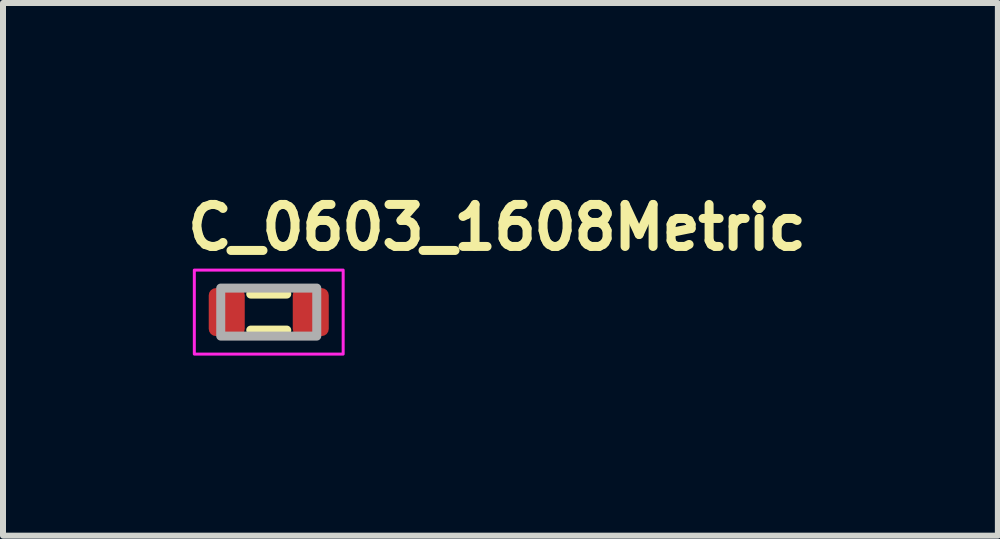
<source format=kicad_pcb>
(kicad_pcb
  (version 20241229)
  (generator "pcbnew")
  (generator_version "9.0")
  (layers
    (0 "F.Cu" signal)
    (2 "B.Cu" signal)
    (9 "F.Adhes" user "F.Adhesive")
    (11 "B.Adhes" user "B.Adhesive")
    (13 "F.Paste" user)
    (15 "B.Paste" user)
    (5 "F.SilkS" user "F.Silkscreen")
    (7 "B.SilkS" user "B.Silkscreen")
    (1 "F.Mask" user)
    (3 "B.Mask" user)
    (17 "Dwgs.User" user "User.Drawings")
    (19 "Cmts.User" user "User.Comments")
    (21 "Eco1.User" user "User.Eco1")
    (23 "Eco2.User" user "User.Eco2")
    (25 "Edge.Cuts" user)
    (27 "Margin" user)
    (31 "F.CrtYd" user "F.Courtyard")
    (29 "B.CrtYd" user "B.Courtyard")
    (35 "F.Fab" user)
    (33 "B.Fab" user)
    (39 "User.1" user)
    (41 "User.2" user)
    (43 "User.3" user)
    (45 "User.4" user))
  (footprint "C_0603_1608Metric"
    (layer "F.Cu")
    (at 1.428 2.15)
    (property "Reference" "C_0603_1608Metric" (at -1.428 -1 0) (layer "F.SilkS") (effects (font (size 0.7 0.7) (thickness 0.15)) (justify left bottom)))
    (attr smd)
    (fp_line (start -0.3 -0.3) (end 0.3 -0.3) (stroke (width 0.15) (type solid)) (layer "F.SilkS"))
    (fp_line (start -0.3 0.3) (end 0.3 0.3) (stroke (width 0.15) (type solid)) (layer "F.SilkS"))
    (fp_rect (start -1.24 -0.7) (end 1.24 0.7) (stroke (width 0.05) (type solid)) (fill no) (layer "F.CrtYd"))
    (fp_rect (start -0.8 -0.4) (end 0.8 0.4) (stroke (width 0.15) (type solid)) (fill no) (layer "F.Fab"))
    (fp_rect (start -0.8 -0.45) (end 0.8 0.45) (stroke (width 0.1) (type solid)) (fill no) (layer "User.5"))
    (fp_line (start -0.801 -0.434) (end -0.801 -0.434) (stroke (width 0.02) (type solid)) (layer "User.9"))
    (fp_line (start -0.801 -0.434) (end -0.801 0.432) (stroke (width 0.02) (type solid)) (layer "User.9"))
    (fp_line (start -0.801 -0.434) (end -0.8 -0.434) (stroke (width 0.02) (type solid)) (layer "User.9"))
    (fp_line (start -0.801 0.432) (end -0.801 0.432) (stroke (width 0.02) (type solid)) (layer "User.9"))
    (fp_line (start -0.801 0.432) (end -0.8 0.433) (stroke (width 0.02) (type solid)) (layer "User.9"))
    (fp_line (start -0.8 -0.44) (end -0.8 -0.439) (stroke (width 0.02) (type solid)) (layer "User.9"))
    (fp_line (start -0.8 -0.439) (end -0.8 -0.438) (stroke (width 0.02) (type solid)) (layer "User.9"))
    (fp_line (start -0.8 -0.438) (end -0.8 -0.438) (stroke (width 0.02) (type solid)) (layer "User.9"))
    (fp_line (start -0.8 -0.438) (end -0.8 -0.437) (stroke (width 0.02) (type solid)) (layer "User.9"))
    (fp_line (start -0.8 -0.437) (end -0.8 -0.436) (stroke (width 0.02) (type solid)) (layer "User.9"))
    (fp_line (start -0.8 -0.436) (end -0.8 -0.435) (stroke (width 0.02) (type solid)) (layer "User.9"))
    (fp_line (start -0.8 -0.435) (end -0.801 -0.434) (stroke (width 0.02) (type solid)) (layer "User.9"))
    (fp_line (start -0.8 -0.434) (end -0.8 -0.433) (stroke (width 0.02) (type solid)) (layer "User.9"))
    (fp_line (start -0.8 -0.433) (end -0.8 -0.432) (stroke (width 0.02) (type solid)) (layer "User.9"))
    (fp_line (start -0.8 -0.432) (end -0.8 -0.431) (stroke (width 0.02) (type solid)) (layer "User.9"))
    (fp_line (start -0.8 -0.431) (end -0.8 -0.431) (stroke (width 0.02) (type solid)) (layer "User.9"))
    (fp_line (start -0.8 -0.431) (end -0.8 -0.43) (stroke (width 0.02) (type solid)) (layer "User.9"))
    (fp_line (start -0.8 -0.43) (end -0.8 -0.429) (stroke (width 0.02) (type solid)) (layer "User.9"))
    (fp_line (start -0.8 -0.429) (end -0.799 -0.428) (stroke (width 0.02) (type solid)) (layer "User.9"))
    (fp_line (start -0.8 0.427) (end -0.8 0.428) (stroke (width 0.02) (type solid)) (layer "User.9"))
    (fp_line (start -0.8 0.428) (end -0.8 0.429) (stroke (width 0.02) (type solid)) (layer "User.9"))
    (fp_line (start -0.8 0.429) (end -0.8 0.429) (stroke (width 0.02) (type solid)) (layer "User.9"))
    (fp_line (start -0.8 0.429) (end -0.8 0.43) (stroke (width 0.02) (type solid)) (layer "User.9"))
    (fp_line (start -0.8 0.43) (end -0.8 0.431) (stroke (width 0.02) (type solid)) (layer "User.9"))
    (fp_line (start -0.8 0.431) (end -0.8 0.432) (stroke (width 0.02) (type solid)) (layer "User.9"))
    (fp_line (start -0.8 0.432) (end -0.801 0.432) (stroke (width 0.02) (type solid)) (layer "User.9"))
    (fp_line (start -0.8 0.433) (end -0.8 0.434) (stroke (width 0.02) (type solid)) (layer "User.9"))
    (fp_line (start -0.8 0.434) (end -0.8 0.435) (stroke (width 0.02) (type solid)) (layer "User.9"))
    (fp_line (start -0.8 0.435) (end -0.8 0.436) (stroke (width 0.02) (type solid)) (layer "User.9"))
    (fp_line (start -0.8 0.436) (end -0.8 0.436) (stroke (width 0.02) (type solid)) (layer "User.9"))
    (fp_line (start -0.8 0.436) (end -0.8 0.437) (stroke (width 0.02) (type solid)) (layer "User.9"))
    (fp_line (start -0.8 0.437) (end -0.8 0.438) (stroke (width 0.02) (type solid)) (layer "User.9"))
    (fp_line (start -0.8 0.438) (end -0.799 0.439) (stroke (width 0.02) (type solid)) (layer "User.9"))
    (fp_line (start -0.799 -0.442) (end -0.799 -0.441) (stroke (width 0.02) (type solid)) (layer "User.9"))
    (fp_line (start -0.799 -0.441) (end -0.8 -0.44) (stroke (width 0.02) (type solid)) (layer "User.9"))
    (fp_line (start -0.799 -0.441) (end -0.799 -0.441) (stroke (width 0.02) (type solid)) (layer "User.9"))
    (fp_line (start -0.799 -0.428) (end -0.799 -0.428) (stroke (width 0.02) (type solid)) (layer "User.9"))
    (fp_line (start -0.799 -0.428) (end -0.799 -0.427) (stroke (width 0.02) (type solid)) (layer "User.9"))
    (fp_line (start -0.799 -0.427) (end -0.798 -0.426) (stroke (width 0.02) (type solid)) (layer "User.9"))
    (fp_line (start -0.799 0.425) (end -0.799 0.426) (stroke (width 0.02) (type solid)) (layer "User.9"))
    (fp_line (start -0.799 0.426) (end -0.8 0.427) (stroke (width 0.02) (type solid)) (layer "User.9"))
    (fp_line (start -0.799 0.426) (end -0.799 0.426) (stroke (width 0.02) (type solid)) (layer "User.9"))
    (fp_line (start -0.799 0.439) (end -0.799 0.439) (stroke (width 0.02) (type solid)) (layer "User.9"))
    (fp_line (start -0.799 0.439) (end -0.799 0.44) (stroke (width 0.02) (type solid)) (layer "User.9"))
    (fp_line (start -0.799 0.44) (end -0.798 0.441) (stroke (width 0.02) (type solid)) (layer "User.9"))
    (fp_line (start -0.798 -0.443) (end -0.799 -0.442) (stroke (width 0.02) (type solid)) (layer "User.9"))
    (fp_line (start -0.798 -0.443) (end -0.798 -0.443) (stroke (width 0.02) (type solid)) (layer "User.9"))
    (fp_line (start -0.798 -0.426) (end -0.798 -0.426) (stroke (width 0.02) (type solid)) (layer "User.9"))
    (fp_line (start -0.798 -0.426) (end -0.797 -0.425) (stroke (width 0.02) (type solid)) (layer "User.9"))
    (fp_line (start -0.798 0.424) (end -0.799 0.425) (stroke (width 0.02) (type solid)) (layer "User.9"))
    (fp_line (start -0.798 0.424) (end -0.798 0.424) (stroke (width 0.02) (type solid)) (layer "User.9"))
    (fp_line (start -0.798 0.441) (end -0.798 0.441) (stroke (width 0.02) (type solid)) (layer "User.9"))
    (fp_line (start -0.798 0.441) (end -0.797 0.442) (stroke (width 0.02) (type solid)) (layer "User.9"))
    (fp_line (start -0.797 -0.445) (end -0.797 -0.444) (stroke (width 0.02) (type solid)) (layer "User.9"))
    (fp_line (start -0.797 -0.444) (end -0.798 -0.443) (stroke (width 0.02) (type solid)) (layer "User.9"))
    (fp_line (start -0.797 -0.425) (end -0.797 -0.424) (stroke (width 0.02) (type solid)) (layer "User.9"))
    (fp_line (start -0.797 -0.424) (end -0.796 -0.424) (stroke (width 0.02) (type solid)) (layer "User.9"))
    (fp_line (start -0.797 0.422) (end -0.797 0.423) (stroke (width 0.02) (type solid)) (layer "User.9"))
    (fp_line (start -0.797 0.423) (end -0.798 0.424) (stroke (width 0.02) (type solid)) (layer "User.9"))
    (fp_line (start -0.797 0.442) (end -0.797 0.443) (stroke (width 0.02) (type solid)) (layer "User.9"))
    (fp_line (start -0.797 0.443) (end -0.796 0.443) (stroke (width 0.02) (type solid)) (layer "User.9"))
    (fp_line (start -0.796 -0.446) (end -0.796 -0.445) (stroke (width 0.02) (type solid)) (layer "User.9"))
    (fp_line (start -0.796 -0.445) (end -0.797 -0.445) (stroke (width 0.02) (type solid)) (layer "User.9"))
    (fp_line (start -0.796 -0.424) (end -0.796 -0.423) (stroke (width 0.02) (type solid)) (layer "User.9"))
    (fp_line (start -0.796 -0.423) (end -0.795 -0.423) (stroke (width 0.02) (type solid)) (layer "User.9"))
    (fp_line (start -0.796 0.421) (end -0.796 0.422) (stroke (width 0.02) (type solid)) (layer "User.9"))
    (fp_line (start -0.796 0.422) (end -0.797 0.422) (stroke (width 0.02) (type solid)) (layer "User.9"))
    (fp_line (start -0.796 0.443) (end -0.796 0.444) (stroke (width 0.02) (type solid)) (layer "User.9"))
    (fp_line (start -0.796 0.444) (end -0.795 0.444) (stroke (width 0.02) (type solid)) (layer "User.9"))
    (fp_line (start -0.795 -0.447) (end -0.795 -0.446) (stroke (width 0.02) (type solid)) (layer "User.9"))
    (fp_line (start -0.795 -0.446) (end -0.796 -0.446) (stroke (width 0.02) (type solid)) (layer "User.9"))
    (fp_line (start -0.795 -0.423) (end -0.795 -0.422) (stroke (width 0.02) (type solid)) (layer "User.9"))
    (fp_line (start -0.795 -0.422) (end -0.794 -0.422) (stroke (width 0.02) (type solid)) (layer "User.9"))
    (fp_line (start -0.795 0.42) (end -0.795 0.421) (stroke (width 0.02) (type solid)) (layer "User.9"))
    (fp_line (start -0.795 0.421) (end -0.796 0.421) (stroke (width 0.02) (type solid)) (layer "User.9"))
    (fp_line (start -0.795 0.444) (end -0.795 0.445) (stroke (width 0.02) (type solid)) (layer "User.9"))
    (fp_line (start -0.795 0.445) (end -0.794 0.445) (stroke (width 0.02) (type solid)) (layer "User.9"))
    (fp_line (start -0.794 -0.447) (end -0.795 -0.447) (stroke (width 0.02) (type solid)) (layer "User.9"))
    (fp_line (start -0.794 -0.422) (end -0.793 -0.421) (stroke (width 0.02) (type solid)) (layer "User.9"))
    (fp_line (start -0.794 0.42) (end -0.795 0.42) (stroke (width 0.02) (type solid)) (layer "User.9"))
    (fp_line (start -0.794 0.445) (end -0.793 0.446) (stroke (width 0.02) (type solid)) (layer "User.9"))
    (fp_line (start -0.793 -0.448) (end -0.794 -0.447) (stroke (width 0.02) (type solid)) (layer "User.9"))
    (fp_line (start -0.793 -0.448) (end -0.793 -0.448) (stroke (width 0.02) (type solid)) (layer "User.9"))
    (fp_line (start -0.793 -0.421) (end -0.793 -0.421) (stroke (width 0.02) (type solid)) (layer "User.9"))
    (fp_line (start -0.793 -0.421) (end -0.792 -0.42) (stroke (width 0.02) (type solid)) (layer "User.9"))
    (fp_line (start -0.793 0.419) (end -0.794 0.42) (stroke (width 0.02) (type solid)) (layer "User.9"))
    (fp_line (start -0.793 0.419) (end -0.793 0.419) (stroke (width 0.02) (type solid)) (layer "User.9"))
    (fp_line (start -0.793 0.446) (end -0.793 0.446) (stroke (width 0.02) (type solid)) (layer "User.9"))
    (fp_line (start -0.793 0.446) (end -0.792 0.448) (stroke (width 0.02) (type solid)) (layer "User.9"))
    (fp_line (start -0.792 -0.45) (end -0.793 -0.448) (stroke (width 0.02) (type solid)) (layer "User.9"))
    (fp_line (start -0.792 -0.42) (end -0.791 -0.42) (stroke (width 0.02) (type solid)) (layer "User.9"))
    (fp_line (start -0.792 0.418) (end -0.793 0.419) (stroke (width 0.02) (type solid)) (layer "User.9"))
    (fp_line (start -0.792 0.448) (end -0.791 0.448) (stroke (width 0.02) (type solid)) (layer "User.9"))
    (fp_line (start -0.791 -0.45) (end -0.792 -0.45) (stroke (width 0.02) (type solid)) (layer "User.9"))
    (fp_line (start -0.791 -0.45) (end -0.791 -0.45) (stroke (width 0.02) (type solid)) (layer "User.9"))
    (fp_line (start -0.791 -0.42) (end -0.791 -0.42) (stroke (width 0.02) (type solid)) (layer "User.9"))
    (fp_line (start -0.791 -0.42) (end -0.79 -0.419) (stroke (width 0.02) (type solid)) (layer "User.9"))
    (fp_line (start -0.791 0.418) (end -0.792 0.418) (stroke (width 0.02) (type solid)) (layer "User.9"))
    (fp_line (start -0.791 0.418) (end -0.791 0.418) (stroke (width 0.02) (type solid)) (layer "User.9"))
    (fp_line (start -0.791 0.448) (end -0.791 0.448) (stroke (width 0.02) (type solid)) (layer "User.9"))
    (fp_line (start -0.791 0.448) (end -0.79 0.449) (stroke (width 0.02) (type solid)) (layer "User.9"))
    (fp_line (start -0.79 -0.451) (end -0.791 -0.45) (stroke (width 0.02) (type solid)) (layer "User.9"))
    (fp_line (start -0.79 -0.419) (end -0.789 -0.419) (stroke (width 0.02) (type solid)) (layer "User.9"))
    (fp_line (start -0.79 0.417) (end -0.791 0.418) (stroke (width 0.02) (type solid)) (layer "User.9"))
    (fp_line (start -0.79 0.449) (end -0.789 0.449) (stroke (width 0.02) (type solid)) (layer "User.9"))
    (fp_line (start -0.789 -0.451) (end -0.79 -0.451) (stroke (width 0.02) (type solid)) (layer "User.9"))
    (fp_line (start -0.789 -0.419) (end -0.788 -0.419) (stroke (width 0.02) (type solid)) (layer "User.9"))
    (fp_line (start -0.789 0.417) (end -0.79 0.417) (stroke (width 0.02) (type solid)) (layer "User.9"))
    (fp_line (start -0.789 0.449) (end -0.788 0.449) (stroke (width 0.02) (type solid)) (layer "User.9"))
    (fp_line (start -0.788 -0.451) (end -0.789 -0.451) (stroke (width 0.02) (type solid)) (layer "User.9"))
    (fp_line (start -0.788 -0.451) (end -0.788 -0.451) (stroke (width 0.02) (type solid)) (layer "User.9"))
    (fp_line (start -0.788 -0.419) (end -0.788 -0.419) (stroke (width 0.02) (type solid)) (layer "User.9"))
    (fp_line (start -0.788 -0.419) (end -0.787 -0.419) (stroke (width 0.02) (type solid)) (layer "User.9"))
    (fp_line (start -0.788 0.417) (end -0.789 0.417) (stroke (width 0.02) (type solid)) (layer "User.9"))
    (fp_line (start -0.788 0.417) (end -0.788 0.417) (stroke (width 0.02) (type solid)) (layer "User.9"))
    (fp_line (start -0.788 0.449) (end -0.788 0.449) (stroke (width 0.02) (type solid)) (layer "User.9"))
    (fp_line (start -0.788 0.449) (end -0.787 0.449) (stroke (width 0.02) (type solid)) (layer "User.9"))
    (fp_line (start -0.787 -0.451) (end -0.788 -0.451) (stroke (width 0.02) (type solid)) (layer "User.9"))
    (fp_line (start -0.787 -0.419) (end -0.786 -0.419) (stroke (width 0.02) (type solid)) (layer "User.9"))
    (fp_line (start -0.787 0.417) (end -0.788 0.417) (stroke (width 0.02) (type solid)) (layer "User.9"))
    (fp_line (start -0.787 0.449) (end -0.786 0.449) (stroke (width 0.02) (type solid)) (layer "User.9"))
    (fp_line (start -0.786 -0.451) (end -0.787 -0.451) (stroke (width 0.02) (type solid)) (layer "User.9"))
    (fp_line (start -0.786 -0.419) (end -0.785 -0.419) (stroke (width 0.02) (type solid)) (layer "User.9"))
    (fp_line (start -0.786 0.417) (end -0.787 0.417) (stroke (width 0.02) (type solid)) (layer "User.9"))
    (fp_line (start -0.786 0.449) (end -0.785 0.449) (stroke (width 0.02) (type solid)) (layer "User.9"))
    (fp_line (start -0.785 -0.452) (end -0.785 -0.452) (stroke (width 0.02) (type solid)) (layer "User.9"))
    (fp_line (start -0.785 -0.452) (end -0.785 -0.451) (stroke (width 0.02) (type solid)) (layer "User.9"))
    (fp_line (start -0.785 -0.451) (end -0.786 -0.451) (stroke (width 0.02) (type solid)) (layer "User.9"))
    (fp_line (start -0.785 -0.419) (end -0.785 -0.418) (stroke (width 0.02) (type solid)) (layer "User.9"))
    (fp_line (start -0.785 -0.418) (end -0.785 -0.418) (stroke (width 0.02) (type solid)) (layer "User.9"))
    (fp_line (start -0.785 -0.418) (end -0.784 -0.419) (stroke (width 0.02) (type solid)) (layer "User.9"))
    (fp_line (start -0.785 0.416) (end -0.785 0.416) (stroke (width 0.02) (type solid)) (layer "User.9"))
    (fp_line (start -0.785 0.416) (end -0.785 0.417) (stroke (width 0.02) (type solid)) (layer "User.9"))
    (fp_line (start -0.785 0.417) (end -0.786 0.417) (stroke (width 0.02) (type solid)) (layer "User.9"))
    (fp_line (start -0.785 0.449) (end -0.785 0.45) (stroke (width 0.02) (type solid)) (layer "User.9"))
    (fp_line (start -0.785 0.45) (end -0.785 0.45) (stroke (width 0.02) (type solid)) (layer "User.9"))
    (fp_line (start -0.785 0.45) (end -0.784 0.449) (stroke (width 0.02) (type solid)) (layer "User.9"))
    (fp_line (start -0.784 -0.451) (end -0.785 -0.452) (stroke (width 0.02) (type solid)) (layer "User.9"))
    (fp_line (start -0.784 -0.419) (end -0.783 -0.419) (stroke (width 0.02) (type solid)) (layer "User.9"))
    (fp_line (start -0.784 0.417) (end -0.785 0.416) (stroke (width 0.02) (type solid)) (layer "User.9"))
    (fp_line (start -0.784 0.449) (end -0.783 0.449) (stroke (width 0.02) (type solid)) (layer "User.9"))
    (fp_line (start -0.783 -0.451) (end -0.784 -0.451) (stroke (width 0.02) (type solid)) (layer "User.9"))
    (fp_line (start -0.783 -0.419) (end -0.782 -0.419) (stroke (width 0.02) (type solid)) (layer "User.9"))
    (fp_line (start -0.783 0.417) (end -0.784 0.417) (stroke (width 0.02) (type solid)) (layer "User.9"))
    (fp_line (start -0.783 0.449) (end -0.782 0.449) (stroke (width 0.02) (type solid)) (layer "User.9"))
    (fp_line (start -0.782 -0.451) (end -0.783 -0.451) (stroke (width 0.02) (type solid)) (layer "User.9"))
    (fp_line (start -0.782 -0.419) (end -0.781 -0.419) (stroke (width 0.02) (type solid)) (layer "User.9"))
    (fp_line (start -0.782 0.417) (end -0.783 0.417) (stroke (width 0.02) (type solid)) (layer "User.9"))
    (fp_line (start -0.782 0.449) (end -0.781 0.449) (stroke (width 0.02) (type solid)) (layer "User.9"))
    (fp_line (start -0.781 -0.451) (end -0.782 -0.451) (stroke (width 0.02) (type solid)) (layer "User.9"))
    (fp_line (start -0.781 -0.451) (end -0.781 -0.451) (stroke (width 0.02) (type solid)) (layer "User.9"))
    (fp_line (start -0.781 -0.419) (end -0.781 -0.419) (stroke (width 0.02) (type solid)) (layer "User.9"))
    (fp_line (start -0.781 -0.419) (end -0.78 -0.419) (stroke (width 0.02) (type solid)) (layer "User.9"))
    (fp_line (start -0.781 0.417) (end -0.782 0.417) (stroke (width 0.02) (type solid)) (layer "User.9"))
    (fp_line (start -0.781 0.417) (end -0.781 0.417) (stroke (width 0.02) (type solid)) (layer "User.9"))
    (fp_line (start -0.781 0.449) (end -0.781 0.449) (stroke (width 0.02) (type solid)) (layer "User.9"))
    (fp_line (start -0.781 0.449) (end -0.78 0.449) (stroke (width 0.02) (type solid)) (layer "User.9"))
    (fp_line (start -0.78 -0.451) (end -0.781 -0.451) (stroke (width 0.02) (type solid)) (layer "User.9"))
    (fp_line (start -0.78 -0.419) (end -0.779 -0.419) (stroke (width 0.02) (type solid)) (layer "User.9"))
    (fp_line (start -0.78 0.417) (end -0.781 0.417) (stroke (width 0.02) (type solid)) (layer "User.9"))
    (fp_line (start -0.78 0.449) (end -0.779 0.449) (stroke (width 0.02) (type solid)) (layer "User.9"))
    (fp_line (start -0.779 -0.451) (end -0.78 -0.451) (stroke (width 0.02) (type solid)) (layer "User.9"))
    (fp_line (start -0.779 -0.419) (end -0.778 -0.42) (stroke (width 0.02) (type solid)) (layer "User.9"))
    (fp_line (start -0.779 0.417) (end -0.78 0.417) (stroke (width 0.02) (type solid)) (layer "User.9"))
    (fp_line (start -0.779 0.449) (end -0.778 0.448) (stroke (width 0.02) (type solid)) (layer "User.9"))
    (fp_line (start -0.778 -0.45) (end -0.779 -0.451) (stroke (width 0.02) (type solid)) (layer "User.9"))
    (fp_line (start -0.778 -0.45) (end -0.778 -0.45) (stroke (width 0.02) (type solid)) (layer "User.9"))
    (fp_line (start -0.778 -0.42) (end -0.778 -0.42) (stroke (width 0.02) (type solid)) (layer "User.9"))
    (fp_line (start -0.778 -0.42) (end -0.777 -0.42) (stroke (width 0.02) (type solid)) (layer "User.9"))
    (fp_line (start -0.778 0.418) (end -0.779 0.417) (stroke (width 0.02) (type solid)) (layer "User.9"))
    (fp_line (start -0.778 0.418) (end -0.778 0.418) (stroke (width 0.02) (type solid)) (layer "User.9"))
    (fp_line (start -0.778 0.448) (end -0.778 0.448) (stroke (width 0.02) (type solid)) (layer "User.9"))
    (fp_line (start -0.778 0.448) (end -0.777 0.448) (stroke (width 0.02) (type solid)) (layer "User.9"))
    (fp_line (start -0.777 -0.45) (end -0.778 -0.45) (stroke (width 0.02) (type solid)) (layer "User.9"))
    (fp_line (start -0.777 -0.42) (end -0.776 -0.421) (stroke (width 0.02) (type solid)) (layer "User.9"))
    (fp_line (start -0.777 0.418) (end -0.778 0.418) (stroke (width 0.02) (type solid)) (layer "User.9"))
    (fp_line (start -0.777 0.448) (end -0.776 0.446) (stroke (width 0.02) (type solid)) (layer "User.9"))
    (fp_line (start -0.776 -0.448) (end -0.777 -0.45) (stroke (width 0.02) (type solid)) (layer "User.9"))
    (fp_line (start -0.776 -0.448) (end -0.776 -0.448) (stroke (width 0.02) (type solid)) (layer "User.9"))
    (fp_line (start -0.776 -0.421) (end -0.776 -0.421) (stroke (width 0.02) (type solid)) (layer "User.9"))
    (fp_line (start -0.776 -0.421) (end -0.775 -0.422) (stroke (width 0.02) (type solid)) (layer "User.9"))
    (fp_line (start -0.776 0.419) (end -0.777 0.418) (stroke (width 0.02) (type solid)) (layer "User.9"))
    (fp_line (start -0.776 0.419) (end -0.776 0.419) (stroke (width 0.02) (type solid)) (layer "User.9"))
    (fp_line (start -0.776 0.446) (end -0.776 0.446) (stroke (width 0.02) (type solid)) (layer "User.9"))
    (fp_line (start -0.776 0.446) (end -0.775 0.445) (stroke (width 0.02) (type solid)) (layer "User.9"))
    (fp_line (start -0.775 -0.447) (end -0.776 -0.448) (stroke (width 0.02) (type solid)) (layer "User.9"))
    (fp_line (start -0.775 -0.422) (end -0.774 -0.422) (stroke (width 0.02) (type solid)) (layer "User.9"))
    (fp_line (start -0.775 0.42) (end -0.776 0.419) (stroke (width 0.02) (type solid)) (layer "User.9"))
    (fp_line (start -0.775 0.445) (end -0.774 0.445) (stroke (width 0.02) (type solid)) (layer "User.9"))
    (fp_line (start -0.774 -0.447) (end -0.775 -0.447) (stroke (width 0.02) (type solid)) (layer "User.9"))
    (fp_line (start -0.774 -0.446) (end -0.774 -0.447) (stroke (width 0.02) (type solid)) (layer "User.9"))
    (fp_line (start -0.774 -0.423) (end -0.773 -0.423) (stroke (width 0.02) (type solid)) (layer "User.9"))
    (fp_line (start -0.774 -0.422) (end -0.774 -0.423) (stroke (width 0.02) (type solid)) (layer "User.9"))
    (fp_line (start -0.774 0.42) (end -0.775 0.42) (stroke (width 0.02) (type solid)) (layer "User.9"))
    (fp_line (start -0.774 0.421) (end -0.774 0.42) (stroke (width 0.02) (type solid)) (layer "User.9"))
    (fp_line (start -0.774 0.444) (end -0.773 0.444) (stroke (width 0.02) (type solid)) (layer "User.9"))
    (fp_line (start -0.774 0.445) (end -0.774 0.444) (stroke (width 0.02) (type solid)) (layer "User.9"))
    (fp_line (start -0.773 -0.446) (end -0.774 -0.446) (stroke (width 0.02) (type solid)) (layer "User.9"))
    (fp_line (start -0.773 -0.445) (end -0.773 -0.446) (stroke (width 0.02) (type solid)) (layer "User.9"))
    (fp_line (start -0.773 -0.424) (end -0.772 -0.424) (stroke (width 0.02) (type solid)) (layer "User.9"))
    (fp_line (start -0.773 -0.423) (end -0.773 -0.424) (stroke (width 0.02) (type solid)) (layer "User.9"))
    (fp_line (start -0.773 0.421) (end -0.774 0.421) (stroke (width 0.02) (type solid)) (layer "User.9"))
    (fp_line (start -0.773 0.422) (end -0.773 0.421) (stroke (width 0.02) (type solid)) (layer "User.9"))
    (fp_line (start -0.773 0.443) (end -0.772 0.443) (stroke (width 0.02) (type solid)) (layer "User.9"))
    (fp_line (start -0.773 0.444) (end -0.773 0.443) (stroke (width 0.02) (type solid)) (layer "User.9"))
    (fp_line (start -0.772 -0.445) (end -0.773 -0.445) (stroke (width 0.02) (type solid)) (layer "User.9"))
    (fp_line (start -0.772 -0.444) (end -0.772 -0.445) (stroke (width 0.02) (type solid)) (layer "User.9"))
    (fp_line (start -0.772 -0.425) (end -0.771 -0.426) (stroke (width 0.02) (type solid)) (layer "User.9"))
    (fp_line (start -0.772 -0.424) (end -0.772 -0.425) (stroke (width 0.02) (type solid)) (layer "User.9"))
    (fp_line (start -0.772 0.422) (end -0.773 0.422) (stroke (width 0.02) (type solid)) (layer "User.9"))
    (fp_line (start -0.772 0.423) (end -0.772 0.422) (stroke (width 0.02) (type solid)) (layer "User.9"))
    (fp_line (start -0.772 0.442) (end -0.771 0.441) (stroke (width 0.02) (type solid)) (layer "User.9"))
    (fp_line (start -0.772 0.443) (end -0.772 0.442) (stroke (width 0.02) (type solid)) (layer "User.9"))
    (fp_line (start -0.771 -0.443) (end -0.772 -0.444) (stroke (width 0.02) (type solid)) (layer "User.9"))
    (fp_line (start -0.771 -0.443) (end -0.771 -0.443) (stroke (width 0.02) (type solid)) (layer "User.9"))
    (fp_line (start -0.771 -0.426) (end -0.771 -0.426) (stroke (width 0.02) (type solid)) (layer "User.9"))
    (fp_line (start -0.771 -0.426) (end -0.77 -0.427) (stroke (width 0.02) (type solid)) (layer "User.9"))
    (fp_line (start -0.771 0.424) (end -0.772 0.423) (stroke (width 0.02) (type solid)) (layer "User.9"))
    (fp_line (start -0.771 0.424) (end -0.771 0.424) (stroke (width 0.02) (type solid)) (layer "User.9"))
    (fp_line (start -0.771 0.441) (end -0.771 0.441) (stroke (width 0.02) (type solid)) (layer "User.9"))
    (fp_line (start -0.771 0.441) (end -0.77 0.44) (stroke (width 0.02) (type solid)) (layer "User.9"))
    (fp_line (start -0.77 -0.442) (end -0.771 -0.443) (stroke (width 0.02) (type solid)) (layer "User.9"))
    (fp_line (start -0.77 -0.441) (end -0.77 -0.442) (stroke (width 0.02) (type solid)) (layer "User.9"))
    (fp_line (start -0.77 -0.441) (end -0.77 -0.441) (stroke (width 0.02) (type solid)) (layer "User.9"))
    (fp_line (start -0.77 -0.428) (end -0.77 -0.428) (stroke (width 0.02) (type solid)) (layer "User.9"))
    (fp_line (start -0.77 -0.428) (end -0.769 -0.429) (stroke (width 0.02) (type solid)) (layer "User.9"))
    (fp_line (start -0.77 -0.427) (end -0.77 -0.428) (stroke (width 0.02) (type solid)) (layer "User.9"))
    (fp_line (start -0.77 0.425) (end -0.771 0.424) (stroke (width 0.02) (type solid)) (layer "User.9"))
    (fp_line (start -0.77 0.426) (end -0.77 0.425) (stroke (width 0.02) (type solid)) (layer "User.9"))
    (fp_line (start -0.77 0.426) (end -0.77 0.426) (stroke (width 0.02) (type solid)) (layer "User.9"))
    (fp_line (start -0.77 0.439) (end -0.77 0.439) (stroke (width 0.02) (type solid)) (layer "User.9"))
    (fp_line (start -0.77 0.439) (end -0.769 0.438) (stroke (width 0.02) (type solid)) (layer "User.9"))
    (fp_line (start -0.77 0.44) (end -0.77 0.439) (stroke (width 0.02) (type solid)) (layer "User.9"))
    (fp_line (start -0.769 -0.44) (end -0.77 -0.441) (stroke (width 0.02) (type solid)) (layer "User.9"))
    (fp_line (start -0.769 -0.439) (end -0.769 -0.44) (stroke (width 0.02) (type solid)) (layer "User.9"))
    (fp_line (start -0.769 -0.438) (end -0.769 -0.439) (stroke (width 0.02) (type solid)) (layer "User.9"))
    (fp_line (start -0.769 -0.438) (end -0.769 -0.438) (stroke (width 0.02) (type solid)) (layer "User.9"))
    (fp_line (start -0.769 -0.437) (end -0.769 -0.438) (stroke (width 0.02) (type solid)) (layer "User.9"))
    (fp_line (start -0.769 -0.436) (end -0.769 -0.437) (stroke (width 0.02) (type solid)) (layer "User.9"))
    (fp_line (start -0.769 -0.435) (end -0.769 -0.436) (stroke (width 0.02) (type solid)) (layer "User.9"))
    (fp_line (start -0.769 -0.434) (end -0.767 -0.434) (stroke (width 0.02) (type solid)) (layer "User.9"))
    (fp_line (start -0.769 -0.433) (end -0.769 -0.434) (stroke (width 0.02) (type solid)) (layer "User.9"))
    (fp_line (start -0.769 -0.432) (end -0.769 -0.433) (stroke (width 0.02) (type solid)) (layer "User.9"))
    (fp_line (start -0.769 -0.431) (end -0.769 -0.432) (stroke (width 0.02) (type solid)) (layer "User.9"))
    (fp_line (start -0.769 -0.431) (end -0.769 -0.431) (stroke (width 0.02) (type solid)) (layer "User.9"))
    (fp_line (start -0.769 -0.43) (end -0.769 -0.431) (stroke (width 0.02) (type solid)) (layer "User.9"))
    (fp_line (start -0.769 -0.429) (end -0.769 -0.43) (stroke (width 0.02) (type solid)) (layer "User.9"))
    (fp_line (start -0.769 0.427) (end -0.77 0.426) (stroke (width 0.02) (type solid)) (layer "User.9"))
    (fp_line (start -0.769 0.428) (end -0.769 0.427) (stroke (width 0.02) (type solid)) (layer "User.9"))
    (fp_line (start -0.769 0.429) (end -0.769 0.428) (stroke (width 0.02) (type solid)) (layer "User.9"))
    (fp_line (start -0.769 0.429) (end -0.769 0.429) (stroke (width 0.02) (type solid)) (layer "User.9"))
    (fp_line (start -0.769 0.43) (end -0.769 0.429) (stroke (width 0.02) (type solid)) (layer "User.9"))
    (fp_line (start -0.769 0.431) (end -0.769 0.43) (stroke (width 0.02) (type solid)) (layer "User.9"))
    (fp_line (start -0.769 0.432) (end -0.769 0.431) (stroke (width 0.02) (type solid)) (layer "User.9"))
    (fp_line (start -0.769 0.433) (end -0.767 0.432) (stroke (width 0.02) (type solid)) (layer "User.9"))
    (fp_line (start -0.769 0.434) (end -0.769 0.433) (stroke (width 0.02) (type solid)) (layer "User.9"))
    (fp_line (start -0.769 0.435) (end -0.769 0.434) (stroke (width 0.02) (type solid)) (layer "User.9"))
    (fp_line (start -0.769 0.436) (end -0.769 0.435) (stroke (width 0.02) (type solid)) (layer "User.9"))
    (fp_line (start -0.769 0.436) (end -0.769 0.436) (stroke (width 0.02) (type solid)) (layer "User.9"))
    (fp_line (start -0.769 0.437) (end -0.769 0.436) (stroke (width 0.02) (type solid)) (layer "User.9"))
    (fp_line (start -0.769 0.438) (end -0.769 0.437) (stroke (width 0.02) (type solid)) (layer "User.9"))
    (fp_line (start -0.767 -0.434) (end -0.769 -0.435) (stroke (width 0.02) (type solid)) (layer "User.9"))
    (fp_line (start -0.767 -0.434) (end -0.767 -0.434) (stroke (width 0.02) (type solid)) (layer "User.9"))
    (fp_line (start -0.767 -0.434) (end -0.767 -0.434) (stroke (width 0.02) (type solid)) (layer "User.9"))
    (fp_line (start -0.767 0.432) (end -0.769 0.432) (stroke (width 0.02) (type solid)) (layer "User.9"))
    (fp_line (start -0.767 0.432) (end -0.767 0.432) (stroke (width 0.02) (type solid)) (layer "User.9"))
    (fp_line (start -0.767 0.432) (end -0.767 0.432) (stroke (width 0.02) (type solid)) (layer "User.9"))
    (fp_line (start -0.451 -0.452) (end -0.785 -0.452) (stroke (width 0.02) (type solid)) (layer "User.9"))
    (fp_line (start -0.451 -0.452) (end -0.451 -0.434) (stroke (width 0.02) (type solid)) (layer "User.9"))
    (fp_line (start -0.451 -0.434) (end -0.451 0.432) (stroke (width 0.02) (type solid)) (layer "User.9"))
    (fp_line (start -0.451 0.432) (end -0.451 0.45) (stroke (width 0.02) (type solid)) (layer "User.9"))
    (fp_line (start -0.451 0.443) (end 0.451 0.443) (stroke (width 0.02) (type solid)) (layer "User.9"))
    (fp_line (start -0.451 0.45) (end -0.785 0.45) (stroke (width 0.02) (type solid)) (layer "User.9"))
    (fp_line (start 0.451 -0.452) (end 0.785 -0.452) (stroke (width 0.02) (type solid)) (layer "User.9"))
    (fp_line (start 0.451 -0.446) (end -0.451 -0.446) (stroke (width 0.02) (type solid)) (layer "User.9"))
    (fp_line (start 0.451 -0.434) (end 0.451 -0.452) (stroke (width 0.02) (type solid)) (layer "User.9"))
    (fp_line (start 0.451 0.432) (end 0.451 -0.434) (stroke (width 0.02) (type solid)) (layer "User.9"))
    (fp_line (start 0.451 0.45) (end 0.451 0.432) (stroke (width 0.02) (type solid)) (layer "User.9"))
    (fp_line (start 0.451 0.45) (end 0.785 0.45) (stroke (width 0.02) (type solid)) (layer "User.9"))
    (fp_line (start 0.769 -0.44) (end 0.769 -0.439) (stroke (width 0.02) (type solid)) (layer "User.9"))
    (fp_line (start 0.769 -0.439) (end 0.769 -0.438) (stroke (width 0.02) (type solid)) (layer "User.9"))
    (fp_line (start 0.769 -0.438) (end 0.769 -0.438) (stroke (width 0.02) (type solid)) (layer "User.9"))
    (fp_line (start 0.769 -0.438) (end 0.769 -0.437) (stroke (width 0.02) (type solid)) (layer "User.9"))
    (fp_line (start 0.769 -0.437) (end 0.769 -0.436) (stroke (width 0.02) (type solid)) (layer "User.9"))
    (fp_line (start 0.769 -0.436) (end 0.769 -0.435) (stroke (width 0.02) (type solid)) (layer "User.9"))
    (fp_line (start 0.769 -0.435) (end 0.769 -0.434) (stroke (width 0.02) (type solid)) (layer "User.9"))
    (fp_line (start 0.769 -0.434) (end 0.769 -0.434) (stroke (width 0.02) (type solid)) (layer "User.9"))
    (fp_line (start 0.769 -0.434) (end 0.769 -0.434) (stroke (width 0.02) (type solid)) (layer "User.9"))
    (fp_line (start 0.769 -0.434) (end 0.769 -0.433) (stroke (width 0.02) (type solid)) (layer "User.9"))
    (fp_line (start 0.769 -0.433) (end 0.769 -0.432) (stroke (width 0.02) (type solid)) (layer "User.9"))
    (fp_line (start 0.769 -0.432) (end 0.769 -0.431) (stroke (width 0.02) (type solid)) (layer "User.9"))
    (fp_line (start 0.769 -0.431) (end 0.769 -0.431) (stroke (width 0.02) (type solid)) (layer "User.9"))
    (fp_line (start 0.769 -0.431) (end 0.769 -0.43) (stroke (width 0.02) (type solid)) (layer "User.9"))
    (fp_line (start 0.769 -0.43) (end 0.769 -0.429) (stroke (width 0.02) (type solid)) (layer "User.9"))
    (fp_line (start 0.769 -0.429) (end 0.77 -0.428) (stroke (width 0.02) (type solid)) (layer "User.9"))
    (fp_line (start 0.769 0.427) (end 0.769 0.428) (stroke (width 0.02) (type solid)) (layer "User.9"))
    (fp_line (start 0.769 0.428) (end 0.769 0.429) (stroke (width 0.02) (type solid)) (layer "User.9"))
    (fp_line (start 0.769 0.429) (end 0.769 0.429) (stroke (width 0.02) (type solid)) (layer "User.9"))
    (fp_line (start 0.769 0.429) (end 0.769 0.43) (stroke (width 0.02) (type solid)) (layer "User.9"))
    (fp_line (start 0.769 0.43) (end 0.769 0.431) (stroke (width 0.02) (type solid)) (layer "User.9"))
    (fp_line (start 0.769 0.431) (end 0.769 0.432) (stroke (width 0.02) (type solid)) (layer "User.9"))
    (fp_line (start 0.769 0.432) (end 0.769 0.432) (stroke (width 0.02) (type solid)) (layer "User.9"))
    (fp_line (start 0.769 0.432) (end 0.769 0.432) (stroke (width 0.02) (type solid)) (layer "User.9"))
    (fp_line (start 0.769 0.432) (end 0.769 0.433) (stroke (width 0.02) (type solid)) (layer "User.9"))
    (fp_line (start 0.769 0.433) (end 0.769 0.434) (stroke (width 0.02) (type solid)) (layer "User.9"))
    (fp_line (start 0.769 0.434) (end 0.769 0.435) (stroke (width 0.02) (type solid)) (layer "User.9"))
    (fp_line (start 0.769 0.435) (end 0.769 0.436) (stroke (width 0.02) (type solid)) (layer "User.9"))
    (fp_line (start 0.769 0.436) (end 0.769 0.436) (stroke (width 0.02) (type solid)) (layer "User.9"))
    (fp_line (start 0.769 0.436) (end 0.769 0.437) (stroke (width 0.02) (type solid)) (layer "User.9"))
    (fp_line (start 0.769 0.437) (end 0.769 0.438) (stroke (width 0.02) (type solid)) (layer "User.9"))
    (fp_line (start 0.769 0.438) (end 0.77 0.439) (stroke (width 0.02) (type solid)) (layer "User.9"))
    (fp_line (start 0.77 -0.442) (end 0.77 -0.441) (stroke (width 0.02) (type solid)) (layer "User.9"))
    (fp_line (start 0.77 -0.441) (end 0.769 -0.44) (stroke (width 0.02) (type solid)) (layer "User.9"))
    (fp_line (start 0.77 -0.441) (end 0.77 -0.441) (stroke (width 0.02) (type solid)) (layer "User.9"))
    (fp_line (start 0.77 -0.428) (end 0.77 -0.428) (stroke (width 0.02) (type solid)) (layer "User.9"))
    (fp_line (start 0.77 -0.428) (end 0.77 -0.427) (stroke (width 0.02) (type solid)) (layer "User.9"))
    (fp_line (start 0.77 -0.427) (end 0.771 -0.426) (stroke (width 0.02) (type solid)) (layer "User.9"))
    (fp_line (start 0.77 0.425) (end 0.77 0.426) (stroke (width 0.02) (type solid)) (layer "User.9"))
    (fp_line (start 0.77 0.426) (end 0.769 0.427) (stroke (width 0.02) (type solid)) (layer "User.9"))
    (fp_line (start 0.77 0.426) (end 0.77 0.426) (stroke (width 0.02) (type solid)) (layer "User.9"))
    (fp_line (start 0.77 0.439) (end 0.77 0.439) (stroke (width 0.02) (type solid)) (layer "User.9"))
    (fp_line (start 0.77 0.439) (end 0.77 0.44) (stroke (width 0.02) (type solid)) (layer "User.9"))
    (fp_line (start 0.77 0.44) (end 0.771 0.441) (stroke (width 0.02) (type solid)) (layer "User.9"))
    (fp_line (start 0.771 -0.443) (end 0.77 -0.442) (stroke (width 0.02) (type solid)) (layer "User.9"))
    (fp_line (start 0.771 -0.443) (end 0.771 -0.443) (stroke (width 0.02) (type solid)) (layer "User.9"))
    (fp_line (start 0.771 -0.426) (end 0.771 -0.426) (stroke (width 0.02) (type solid)) (layer "User.9"))
    (fp_line (start 0.771 -0.426) (end 0.772 -0.425) (stroke (width 0.02) (type solid)) (layer "User.9"))
    (fp_line (start 0.771 0.424) (end 0.77 0.425) (stroke (width 0.02) (type solid)) (layer "User.9"))
    (fp_line (start 0.771 0.424) (end 0.771 0.424) (stroke (width 0.02) (type solid)) (layer "User.9"))
    (fp_line (start 0.771 0.441) (end 0.771 0.441) (stroke (width 0.02) (type solid)) (layer "User.9"))
    (fp_line (start 0.771 0.441) (end 0.772 0.442) (stroke (width 0.02) (type solid)) (layer "User.9"))
    (fp_line (start 0.772 -0.445) (end 0.772 -0.444) (stroke (width 0.02) (type solid)) (layer "User.9"))
    (fp_line (start 0.772 -0.444) (end 0.771 -0.443) (stroke (width 0.02) (type solid)) (layer "User.9"))
    (fp_line (start 0.772 -0.425) (end 0.772 -0.424) (stroke (width 0.02) (type solid)) (layer "User.9"))
    (fp_line (start 0.772 -0.424) (end 0.773 -0.424) (stroke (width 0.02) (type solid)) (layer "User.9"))
    (fp_line (start 0.772 0.422) (end 0.772 0.423) (stroke (width 0.02) (type solid)) (layer "User.9"))
    (fp_line (start 0.772 0.423) (end 0.771 0.424) (stroke (width 0.02) (type solid)) (layer "User.9"))
    (fp_line (start 0.772 0.442) (end 0.772 0.443) (stroke (width 0.02) (type solid)) (layer "User.9"))
    (fp_line (start 0.772 0.443) (end 0.773 0.443) (stroke (width 0.02) (type solid)) (layer "User.9"))
    (fp_line (start 0.773 -0.446) (end 0.773 -0.445) (stroke (width 0.02) (type solid)) (layer "User.9"))
    (fp_line (start 0.773 -0.445) (end 0.772 -0.445) (stroke (width 0.02) (type solid)) (layer "User.9"))
    (fp_line (start 0.773 -0.424) (end 0.773 -0.423) (stroke (width 0.02) (type solid)) (layer "User.9"))
    (fp_line (start 0.773 -0.423) (end 0.774 -0.423) (stroke (width 0.02) (type solid)) (layer "User.9"))
    (fp_line (start 0.773 0.421) (end 0.773 0.422) (stroke (width 0.02) (type solid)) (layer "User.9"))
    (fp_line (start 0.773 0.422) (end 0.772 0.422) (stroke (width 0.02) (type solid)) (layer "User.9"))
    (fp_line (start 0.773 0.443) (end 0.773 0.444) (stroke (width 0.02) (type solid)) (layer "User.9"))
    (fp_line (start 0.773 0.444) (end 0.774 0.444) (stroke (width 0.02) (type solid)) (layer "User.9"))
    (fp_line (start 0.774 -0.447) (end 0.774 -0.446) (stroke (width 0.02) (type solid)) (layer "User.9"))
    (fp_line (start 0.774 -0.446) (end 0.773 -0.446) (stroke (width 0.02) (type solid)) (layer "User.9"))
    (fp_line (start 0.774 -0.423) (end 0.774 -0.422) (stroke (width 0.02) (type solid)) (layer "User.9"))
    (fp_line (start 0.774 -0.422) (end 0.775 -0.422) (stroke (width 0.02) (type solid)) (layer "User.9"))
    (fp_line (start 0.774 0.42) (end 0.774 0.421) (stroke (width 0.02) (type solid)) (layer "User.9"))
    (fp_line (start 0.774 0.421) (end 0.773 0.421) (stroke (width 0.02) (type solid)) (layer "User.9"))
    (fp_line (start 0.774 0.444) (end 0.774 0.445) (stroke (width 0.02) (type solid)) (layer "User.9"))
    (fp_line (start 0.774 0.445) (end 0.775 0.445) (stroke (width 0.02) (type solid)) (layer "User.9"))
    (fp_line (start 0.775 -0.447) (end 0.774 -0.447) (stroke (width 0.02) (type solid)) (layer "User.9"))
    (fp_line (start 0.775 -0.422) (end 0.776 -0.421) (stroke (width 0.02) (type solid)) (layer "User.9"))
    (fp_line (start 0.775 0.42) (end 0.774 0.42) (stroke (width 0.02) (type solid)) (layer "User.9"))
    (fp_line (start 0.775 0.445) (end 0.776 0.446) (stroke (width 0.02) (type solid)) (layer "User.9"))
    (fp_line (start 0.776 -0.448) (end 0.775 -0.447) (stroke (width 0.02) (type solid)) (layer "User.9"))
    (fp_line (start 0.776 -0.448) (end 0.776 -0.448) (stroke (width 0.02) (type solid)) (layer "User.9"))
    (fp_line (start 0.776 -0.421) (end 0.776 -0.421) (stroke (width 0.02) (type solid)) (layer "User.9"))
    (fp_line (start 0.776 -0.421) (end 0.777 -0.42) (stroke (width 0.02) (type solid)) (layer "User.9"))
    (fp_line (start 0.776 0.419) (end 0.775 0.42) (stroke (width 0.02) (type solid)) (layer "User.9"))
    (fp_line (start 0.776 0.419) (end 0.776 0.419) (stroke (width 0.02) (type solid)) (layer "User.9"))
    (fp_line (start 0.776 0.446) (end 0.776 0.446) (stroke (width 0.02) (type solid)) (layer "User.9"))
    (fp_line (start 0.776 0.446) (end 0.777 0.448) (stroke (width 0.02) (type solid)) (layer "User.9"))
    (fp_line (start 0.777 -0.45) (end 0.776 -0.448) (stroke (width 0.02) (type solid)) (layer "User.9"))
    (fp_line (start 0.777 -0.42) (end 0.778 -0.42) (stroke (width 0.02) (type solid)) (layer "User.9"))
    (fp_line (start 0.777 0.418) (end 0.776 0.419) (stroke (width 0.02) (type solid)) (layer "User.9"))
    (fp_line (start 0.777 0.448) (end 0.778 0.448) (stroke (width 0.02) (type solid)) (layer "User.9"))
    (fp_line (start 0.778 -0.45) (end 0.777 -0.45) (stroke (width 0.02) (type solid)) (layer "User.9"))
    (fp_line (start 0.778 -0.45) (end 0.778 -0.45) (stroke (width 0.02) (type solid)) (layer "User.9"))
    (fp_line (start 0.778 -0.42) (end 0.778 -0.42) (stroke (width 0.02) (type solid)) (layer "User.9"))
    (fp_line (start 0.778 -0.42) (end 0.779 -0.419) (stroke (width 0.02) (type solid)) (layer "User.9"))
    (fp_line (start 0.778 0.418) (end 0.777 0.418) (stroke (width 0.02) (type solid)) (layer "User.9"))
    (fp_line (start 0.778 0.418) (end 0.778 0.418) (stroke (width 0.02) (type solid)) (layer "User.9"))
    (fp_line (start 0.778 0.448) (end 0.778 0.448) (stroke (width 0.02) (type solid)) (layer "User.9"))
    (fp_line (start 0.778 0.448) (end 0.779 0.449) (stroke (width 0.02) (type solid)) (layer "User.9"))
    (fp_line (start 0.779 -0.451) (end 0.778 -0.45) (stroke (width 0.02) (type solid)) (layer "User.9"))
    (fp_line (start 0.779 -0.419) (end 0.78 -0.419) (stroke (width 0.02) (type solid)) (layer "User.9"))
    (fp_line (start 0.779 0.417) (end 0.778 0.418) (stroke (width 0.02) (type solid)) (layer "User.9"))
    (fp_line (start 0.779 0.449) (end 0.78 0.449) (stroke (width 0.02) (type solid)) (layer "User.9"))
    (fp_line (start 0.78 -0.451) (end 0.779 -0.451) (stroke (width 0.02) (type solid)) (layer "User.9"))
    (fp_line (start 0.78 -0.419) (end 0.781 -0.419) (stroke (width 0.02) (type solid)) (layer "User.9"))
    (fp_line (start 0.78 0.417) (end 0.779 0.417) (stroke (width 0.02) (type solid)) (layer "User.9"))
    (fp_line (start 0.78 0.449) (end 0.781 0.449) (stroke (width 0.02) (type solid)) (layer "User.9"))
    (fp_line (start 0.781 -0.451) (end 0.78 -0.451) (stroke (width 0.02) (type solid)) (layer "User.9"))
    (fp_line (start 0.781 -0.451) (end 0.781 -0.451) (stroke (width 0.02) (type solid)) (layer "User.9"))
    (fp_line (start 0.781 -0.419) (end 0.781 -0.419) (stroke (width 0.02) (type solid)) (layer "User.9"))
    (fp_line (start 0.781 -0.419) (end 0.782 -0.419) (stroke (width 0.02) (type solid)) (layer "User.9"))
    (fp_line (start 0.781 0.417) (end 0.78 0.417) (stroke (width 0.02) (type solid)) (layer "User.9"))
    (fp_line (start 0.781 0.417) (end 0.781 0.417) (stroke (width 0.02) (type solid)) (layer "User.9"))
    (fp_line (start 0.781 0.449) (end 0.781 0.449) (stroke (width 0.02) (type solid)) (layer "User.9"))
    (fp_line (start 0.781 0.449) (end 0.782 0.449) (stroke (width 0.02) (type solid)) (layer "User.9"))
    (fp_line (start 0.782 -0.451) (end 0.781 -0.451) (stroke (width 0.02) (type solid)) (layer "User.9"))
    (fp_line (start 0.782 -0.419) (end 0.783 -0.419) (stroke (width 0.02) (type solid)) (layer "User.9"))
    (fp_line (start 0.782 0.417) (end 0.781 0.417) (stroke (width 0.02) (type solid)) (layer "User.9"))
    (fp_line (start 0.782 0.449) (end 0.783 0.449) (stroke (width 0.02) (type solid)) (layer "User.9"))
    (fp_line (start 0.783 -0.451) (end 0.782 -0.451) (stroke (width 0.02) (type solid)) (layer "User.9"))
    (fp_line (start 0.783 -0.419) (end 0.784 -0.419) (stroke (width 0.02) (type solid)) (layer "User.9"))
    (fp_line (start 0.783 0.417) (end 0.782 0.417) (stroke (width 0.02) (type solid)) (layer "User.9"))
    (fp_line (start 0.783 0.449) (end 0.784 0.449) (stroke (width 0.02) (type solid)) (layer "User.9"))
    (fp_line (start 0.784 -0.451) (end 0.783 -0.451) (stroke (width 0.02) (type solid)) (layer "User.9"))
    (fp_line (start 0.784 -0.419) (end 0.785 -0.418) (stroke (width 0.02) (type solid)) (layer "User.9"))
    (fp_line (start 0.784 0.417) (end 0.783 0.417) (stroke (width 0.02) (type solid)) (layer "User.9"))
    (fp_line (start 0.784 0.449) (end 0.785 0.45) (stroke (width 0.02) (type solid)) (layer "User.9"))
    (fp_line (start 0.785 -0.452) (end 0.784 -0.451) (stroke (width 0.02) (type solid)) (layer "User.9"))
    (fp_line (start 0.785 -0.452) (end 0.785 -0.452) (stroke (width 0.02) (type solid)) (layer "User.9"))
    (fp_line (start 0.785 -0.451) (end 0.785 -0.452) (stroke (width 0.02) (type solid)) (layer "User.9"))
    (fp_line (start 0.785 -0.419) (end 0.786 -0.419) (stroke (width 0.02) (type solid)) (layer "User.9"))
    (fp_line (start 0.785 -0.418) (end 0.785 -0.419) (stroke (width 0.02) (type solid)) (layer "User.9"))
    (fp_line (start 0.785 -0.418) (end 0.785 -0.418) (stroke (width 0.02) (type solid)) (layer "User.9"))
    (fp_line (start 0.785 0.416) (end 0.784 0.417) (stroke (width 0.02) (type solid)) (layer "User.9"))
    (fp_line (start 0.785 0.416) (end 0.785 0.416) (stroke (width 0.02) (type solid)) (layer "User.9"))
    (fp_line (start 0.785 0.417) (end 0.785 0.416) (stroke (width 0.02) (type solid)) (layer "User.9"))
    (fp_line (start 0.785 0.449) (end 0.786 0.449) (stroke (width 0.02) (type solid)) (layer "User.9"))
    (fp_line (start 0.785 0.45) (end 0.785 0.449) (stroke (width 0.02) (type solid)) (layer "User.9"))
    (fp_line (start 0.785 0.45) (end 0.785 0.45) (stroke (width 0.02) (type solid)) (layer "User.9"))
    (fp_line (start 0.786 -0.451) (end 0.785 -0.451) (stroke (width 0.02) (type solid)) (layer "User.9"))
    (fp_line (start 0.786 -0.419) (end 0.787 -0.419) (stroke (width 0.02) (type solid)) (layer "User.9"))
    (fp_line (start 0.786 0.417) (end 0.785 0.417) (stroke (width 0.02) (type solid)) (layer "User.9"))
    (fp_line (start 0.786 0.449) (end 0.787 0.449) (stroke (width 0.02) (type solid)) (layer "User.9"))
    (fp_line (start 0.787 -0.451) (end 0.786 -0.451) (stroke (width 0.02) (type solid)) (layer "User.9"))
    (fp_line (start 0.787 -0.419) (end 0.788 -0.419) (stroke (width 0.02) (type solid)) (layer "User.9"))
    (fp_line (start 0.787 0.417) (end 0.786 0.417) (stroke (width 0.02) (type solid)) (layer "User.9"))
    (fp_line (start 0.787 0.449) (end 0.788 0.449) (stroke (width 0.02) (type solid)) (layer "User.9"))
    (fp_line (start 0.788 -0.451) (end 0.787 -0.451) (stroke (width 0.02) (type solid)) (layer "User.9"))
    (fp_line (start 0.788 -0.451) (end 0.788 -0.451) (stroke (width 0.02) (type solid)) (layer "User.9"))
    (fp_line (start 0.788 -0.419) (end 0.788 -0.419) (stroke (width 0.02) (type solid)) (layer "User.9"))
    (fp_line (start 0.788 -0.419) (end 0.789 -0.419) (stroke (width 0.02) (type solid)) (layer "User.9"))
    (fp_line (start 0.788 0.417) (end 0.787 0.417) (stroke (width 0.02) (type solid)) (layer "User.9"))
    (fp_line (start 0.788 0.417) (end 0.788 0.417) (stroke (width 0.02) (type solid)) (layer "User.9"))
    (fp_line (start 0.788 0.449) (end 0.788 0.449) (stroke (width 0.02) (type solid)) (layer "User.9"))
    (fp_line (start 0.788 0.449) (end 0.789 0.449) (stroke (width 0.02) (type solid)) (layer "User.9"))
    (fp_line (start 0.789 -0.451) (end 0.788 -0.451) (stroke (width 0.02) (type solid)) (layer "User.9"))
    (fp_line (start 0.789 -0.419) (end 0.79 -0.419) (stroke (width 0.02) (type solid)) (layer "User.9"))
    (fp_line (start 0.789 0.417) (end 0.788 0.417) (stroke (width 0.02) (type solid)) (layer "User.9"))
    (fp_line (start 0.789 0.449) (end 0.79 0.449) (stroke (width 0.02) (type solid)) (layer "User.9"))
    (fp_line (start 0.79 -0.451) (end 0.789 -0.451) (stroke (width 0.02) (type solid)) (layer "User.9"))
    (fp_line (start 0.79 -0.419) (end 0.791 -0.42) (stroke (width 0.02) (type solid)) (layer "User.9"))
    (fp_line (start 0.79 0.417) (end 0.789 0.417) (stroke (width 0.02) (type solid)) (layer "User.9"))
    (fp_line (start 0.79 0.449) (end 0.791 0.448) (stroke (width 0.02) (type solid)) (layer "User.9"))
    (fp_line (start 0.791 -0.45) (end 0.79 -0.451) (stroke (width 0.02) (type solid)) (layer "User.9"))
    (fp_line (start 0.791 -0.45) (end 0.791 -0.45) (stroke (width 0.02) (type solid)) (layer "User.9"))
    (fp_line (start 0.791 -0.42) (end 0.791 -0.42) (stroke (width 0.02) (type solid)) (layer "User.9"))
    (fp_line (start 0.791 -0.42) (end 0.792 -0.42) (stroke (width 0.02) (type solid)) (layer "User.9"))
    (fp_line (start 0.791 0.418) (end 0.79 0.417) (stroke (width 0.02) (type solid)) (layer "User.9"))
    (fp_line (start 0.791 0.418) (end 0.791 0.418) (stroke (width 0.02) (type solid)) (layer "User.9"))
    (fp_line (start 0.791 0.448) (end 0.791 0.448) (stroke (width 0.02) (type solid)) (layer "User.9"))
    (fp_line (start 0.791 0.448) (end 0.792 0.448) (stroke (width 0.02) (type solid)) (layer "User.9"))
    (fp_line (start 0.792 -0.45) (end 0.791 -0.45) (stroke (width 0.02) (type solid)) (layer "User.9"))
    (fp_line (start 0.792 -0.42) (end 0.793 -0.421) (stroke (width 0.02) (type solid)) (layer "User.9"))
    (fp_line (start 0.792 0.418) (end 0.791 0.418) (stroke (width 0.02) (type solid)) (layer "User.9"))
    (fp_line (start 0.792 0.448) (end 0.793 0.446) (stroke (width 0.02) (type solid)) (layer "User.9"))
    (fp_line (start 0.793 -0.448) (end 0.792 -0.45) (stroke (width 0.02) (type solid)) (layer "User.9"))
    (fp_line (start 0.793 -0.448) (end 0.793 -0.448) (stroke (width 0.02) (type solid)) (layer "User.9"))
    (fp_line (start 0.793 -0.421) (end 0.793 -0.421) (stroke (width 0.02) (type solid)) (layer "User.9"))
    (fp_line (start 0.793 -0.421) (end 0.794 -0.422) (stroke (width 0.02) (type solid)) (layer "User.9"))
    (fp_line (start 0.793 0.419) (end 0.792 0.418) (stroke (width 0.02) (type solid)) (layer "User.9"))
    (fp_line (start 0.793 0.419) (end 0.793 0.419) (stroke (width 0.02) (type solid)) (layer "User.9"))
    (fp_line (start 0.793 0.446) (end 0.793 0.446) (stroke (width 0.02) (type solid)) (layer "User.9"))
    (fp_line (start 0.793 0.446) (end 0.794 0.445) (stroke (width 0.02) (type solid)) (layer "User.9"))
    (fp_line (start 0.794 -0.447) (end 0.793 -0.448) (stroke (width 0.02) (type solid)) (layer "User.9"))
    (fp_line (start 0.794 -0.422) (end 0.795 -0.422) (stroke (width 0.02) (type solid)) (layer "User.9"))
    (fp_line (start 0.794 0.42) (end 0.793 0.419) (stroke (width 0.02) (type solid)) (layer "User.9"))
    (fp_line (start 0.794 0.445) (end 0.795 0.445) (stroke (width 0.02) (type solid)) (layer "User.9"))
    (fp_line (start 0.795 -0.447) (end 0.794 -0.447) (stroke (width 0.02) (type solid)) (layer "User.9"))
    (fp_line (start 0.795 -0.446) (end 0.795 -0.447) (stroke (width 0.02) (type solid)) (layer "User.9"))
    (fp_line (start 0.795 -0.423) (end 0.796 -0.423) (stroke (width 0.02) (type solid)) (layer "User.9"))
    (fp_line (start 0.795 -0.422) (end 0.795 -0.423) (stroke (width 0.02) (type solid)) (layer "User.9"))
    (fp_line (start 0.795 0.42) (end 0.794 0.42) (stroke (width 0.02) (type solid)) (layer "User.9"))
    (fp_line (start 0.795 0.421) (end 0.795 0.42) (stroke (width 0.02) (type solid)) (layer "User.9"))
    (fp_line (start 0.795 0.444) (end 0.796 0.444) (stroke (width 0.02) (type solid)) (layer "User.9"))
    (fp_line (start 0.795 0.445) (end 0.795 0.444) (stroke (width 0.02) (type solid)) (layer "User.9"))
    (fp_line (start 0.796 -0.446) (end 0.795 -0.446) (stroke (width 0.02) (type solid)) (layer "User.9"))
    (fp_line (start 0.796 -0.445) (end 0.796 -0.446) (stroke (width 0.02) (type solid)) (layer "User.9"))
    (fp_line (start 0.796 -0.424) (end 0.797 -0.424) (stroke (width 0.02) (type solid)) (layer "User.9"))
    (fp_line (start 0.796 -0.423) (end 0.796 -0.424) (stroke (width 0.02) (type solid)) (layer "User.9"))
    (fp_line (start 0.796 0.421) (end 0.795 0.421) (stroke (width 0.02) (type solid)) (layer "User.9"))
    (fp_line (start 0.796 0.422) (end 0.796 0.421) (stroke (width 0.02) (type solid)) (layer "User.9"))
    (fp_line (start 0.796 0.443) (end 0.797 0.443) (stroke (width 0.02) (type solid)) (layer "User.9"))
    (fp_line (start 0.796 0.444) (end 0.796 0.443) (stroke (width 0.02) (type solid)) (layer "User.9"))
    (fp_line (start 0.797 -0.445) (end 0.796 -0.445) (stroke (width 0.02) (type solid)) (layer "User.9"))
    (fp_line (start 0.797 -0.444) (end 0.797 -0.445) (stroke (width 0.02) (type solid)) (layer "User.9"))
    (fp_line (start 0.797 -0.425) (end 0.798 -0.426) (stroke (width 0.02) (type solid)) (layer "User.9"))
    (fp_line (start 0.797 -0.424) (end 0.797 -0.425) (stroke (width 0.02) (type solid)) (layer "User.9"))
    (fp_line (start 0.797 0.422) (end 0.796 0.422) (stroke (width 0.02) (type solid)) (layer "User.9"))
    (fp_line (start 0.797 0.423) (end 0.797 0.422) (stroke (width 0.02) (type solid)) (layer "User.9"))
    (fp_line (start 0.797 0.442) (end 0.798 0.441) (stroke (width 0.02) (type solid)) (layer "User.9"))
    (fp_line (start 0.797 0.443) (end 0.797 0.442) (stroke (width 0.02) (type solid)) (layer "User.9"))
    (fp_line (start 0.798 -0.443) (end 0.797 -0.444) (stroke (width 0.02) (type solid)) (layer "User.9"))
    (fp_line (start 0.798 -0.443) (end 0.798 -0.443) (stroke (width 0.02) (type solid)) (layer "User.9"))
    (fp_line (start 0.798 -0.426) (end 0.798 -0.426) (stroke (width 0.02) (type solid)) (layer "User.9"))
    (fp_line (start 0.798 -0.426) (end 0.799 -0.427) (stroke (width 0.02) (type solid)) (layer "User.9"))
    (fp_line (start 0.798 0.424) (end 0.797 0.423) (stroke (width 0.02) (type solid)) (layer "User.9"))
    (fp_line (start 0.798 0.424) (end 0.798 0.424) (stroke (width 0.02) (type solid)) (layer "User.9"))
    (fp_line (start 0.798 0.441) (end 0.798 0.441) (stroke (width 0.02) (type solid)) (layer "User.9"))
    (fp_line (start 0.798 0.441) (end 0.799 0.44) (stroke (width 0.02) (type solid)) (layer "User.9"))
    (fp_line (start 0.799 -0.442) (end 0.798 -0.443) (stroke (width 0.02) (type solid)) (layer "User.9"))
    (fp_line (start 0.799 -0.441) (end 0.799 -0.442) (stroke (width 0.02) (type solid)) (layer "User.9"))
    (fp_line (start 0.799 -0.441) (end 0.799 -0.441) (stroke (width 0.02) (type solid)) (layer "User.9"))
    (fp_line (start 0.799 -0.428) (end 0.799 -0.428) (stroke (width 0.02) (type solid)) (layer "User.9"))
    (fp_line (start 0.799 -0.428) (end 0.8 -0.429) (stroke (width 0.02) (type solid)) (layer "User.9"))
    (fp_line (start 0.799 -0.427) (end 0.799 -0.428) (stroke (width 0.02) (type solid)) (layer "User.9"))
    (fp_line (start 0.799 0.425) (end 0.798 0.424) (stroke (width 0.02) (type solid)) (layer "User.9"))
    (fp_line (start 0.799 0.426) (end 0.799 0.425) (stroke (width 0.02) (type solid)) (layer "User.9"))
    (fp_line (start 0.799 0.426) (end 0.799 0.426) (stroke (width 0.02) (type solid)) (layer "User.9"))
    (fp_line (start 0.799 0.439) (end 0.799 0.439) (stroke (width 0.02) (type solid)) (layer "User.9"))
    (fp_line (start 0.799 0.439) (end 0.8 0.438) (stroke (width 0.02) (type solid)) (layer "User.9"))
    (fp_line (start 0.799 0.44) (end 0.799 0.439) (stroke (width 0.02) (type solid)) (layer "User.9"))
    (fp_line (start 0.8 -0.44) (end 0.799 -0.441) (stroke (width 0.02) (type solid)) (layer "User.9"))
    (fp_line (start 0.8 -0.439) (end 0.8 -0.44) (stroke (width 0.02) (type solid)) (layer "User.9"))
    (fp_line (start 0.8 -0.438) (end 0.8 -0.439) (stroke (width 0.02) (type solid)) (layer "User.9"))
    (fp_line (start 0.8 -0.438) (end 0.8 -0.438) (stroke (width 0.02) (type solid)) (layer "User.9"))
    (fp_line (start 0.8 -0.437) (end 0.8 -0.438) (stroke (width 0.02) (type solid)) (layer "User.9"))
    (fp_line (start 0.8 -0.436) (end 0.8 -0.437) (stroke (width 0.02) (type solid)) (layer "User.9"))
    (fp_line (start 0.8 -0.435) (end 0.8 -0.436) (stroke (width 0.02) (type solid)) (layer "User.9"))
    (fp_line (start 0.8 -0.434) (end 0.801 -0.434) (stroke (width 0.02) (type solid)) (layer "User.9"))
    (fp_line (start 0.8 -0.433) (end 0.8 -0.434) (stroke (width 0.02) (type solid)) (layer "User.9"))
    (fp_line (start 0.8 -0.432) (end 0.8 -0.433) (stroke (width 0.02) (type solid)) (layer "User.9"))
    (fp_line (start 0.8 -0.431) (end 0.8 -0.432) (stroke (width 0.02) (type solid)) (layer "User.9"))
    (fp_line (start 0.8 -0.431) (end 0.8 -0.431) (stroke (width 0.02) (type solid)) (layer "User.9"))
    (fp_line (start 0.8 -0.43) (end 0.8 -0.431) (stroke (width 0.02) (type solid)) (layer "User.9"))
    (fp_line (start 0.8 -0.429) (end 0.8 -0.43) (stroke (width 0.02) (type solid)) (layer "User.9"))
    (fp_line (start 0.8 0.427) (end 0.799 0.426) (stroke (width 0.02) (type solid)) (layer "User.9"))
    (fp_line (start 0.8 0.428) (end 0.8 0.427) (stroke (width 0.02) (type solid)) (layer "User.9"))
    (fp_line (start 0.8 0.429) (end 0.8 0.428) (stroke (width 0.02) (type solid)) (layer "User.9"))
    (fp_line (start 0.8 0.429) (end 0.8 0.429) (stroke (width 0.02) (type solid)) (layer "User.9"))
    (fp_line (start 0.8 0.43) (end 0.8 0.429) (stroke (width 0.02) (type solid)) (layer "User.9"))
    (fp_line (start 0.8 0.431) (end 0.8 0.43) (stroke (width 0.02) (type solid)) (layer "User.9"))
    (fp_line (start 0.8 0.432) (end 0.8 0.431) (stroke (width 0.02) (type solid)) (layer "User.9"))
    (fp_line (start 0.8 0.433) (end 0.801 0.432) (stroke (width 0.02) (type solid)) (layer "User.9"))
    (fp_line (start 0.8 0.434) (end 0.8 0.433) (stroke (width 0.02) (type solid)) (layer "User.9"))
    (fp_line (start 0.8 0.435) (end 0.8 0.434) (stroke (width 0.02) (type solid)) (layer "User.9"))
    (fp_line (start 0.8 0.436) (end 0.8 0.435) (stroke (width 0.02) (type solid)) (layer "User.9"))
    (fp_line (start 0.8 0.436) (end 0.8 0.436) (stroke (width 0.02) (type solid)) (layer "User.9"))
    (fp_line (start 0.8 0.437) (end 0.8 0.436) (stroke (width 0.02) (type solid)) (layer "User.9"))
    (fp_line (start 0.8 0.438) (end 0.8 0.437) (stroke (width 0.02) (type solid)) (layer "User.9"))
    (fp_line (start 0.801 -0.434) (end 0.8 -0.435) (stroke (width 0.02) (type solid)) (layer "User.9"))
    (fp_line (start 0.801 -0.434) (end 0.801 -0.434) (stroke (width 0.02) (type solid)) (layer "User.9"))
    (fp_line (start 0.801 -0.434) (end 0.801 -0.434) (stroke (width 0.02) (type solid)) (layer "User.9"))
    (fp_line (start 0.801 0.432) (end 0.8 0.432) (stroke (width 0.02) (type solid)) (layer "User.9"))
    (fp_line (start 0.801 0.432) (end 0.801 -0.434) (stroke (width 0.02) (type solid)) (layer "User.9"))
    (fp_line (start 0.801 0.432) (end 0.801 0.432) (stroke (width 0.02) (type solid)) (layer "User.9"))
    (fp_line (start 0.801 0.432) (end 0.801 0.432) (stroke (width 0.02) (type solid)) (layer "User.9"))
    (pad "1" smd roundrect (at -0.7 0) (size 0.6 0.8) (layers "F.Cu" "F.Mask" "F.Paste") (roundrect_rratio 0.2))
    (pad "2" smd roundrect (at 0.7 0) (size 0.6 0.8) (layers "F.Cu" "F.Mask" "F.Paste") (roundrect_rratio 0.2)))
  (gr_rect
    (start -3 -3)
    (end 13.577 5.875)
    (stroke (width 0.1) (type default))
    (fill no)
    (layer "Edge.Cuts")))
</source>
